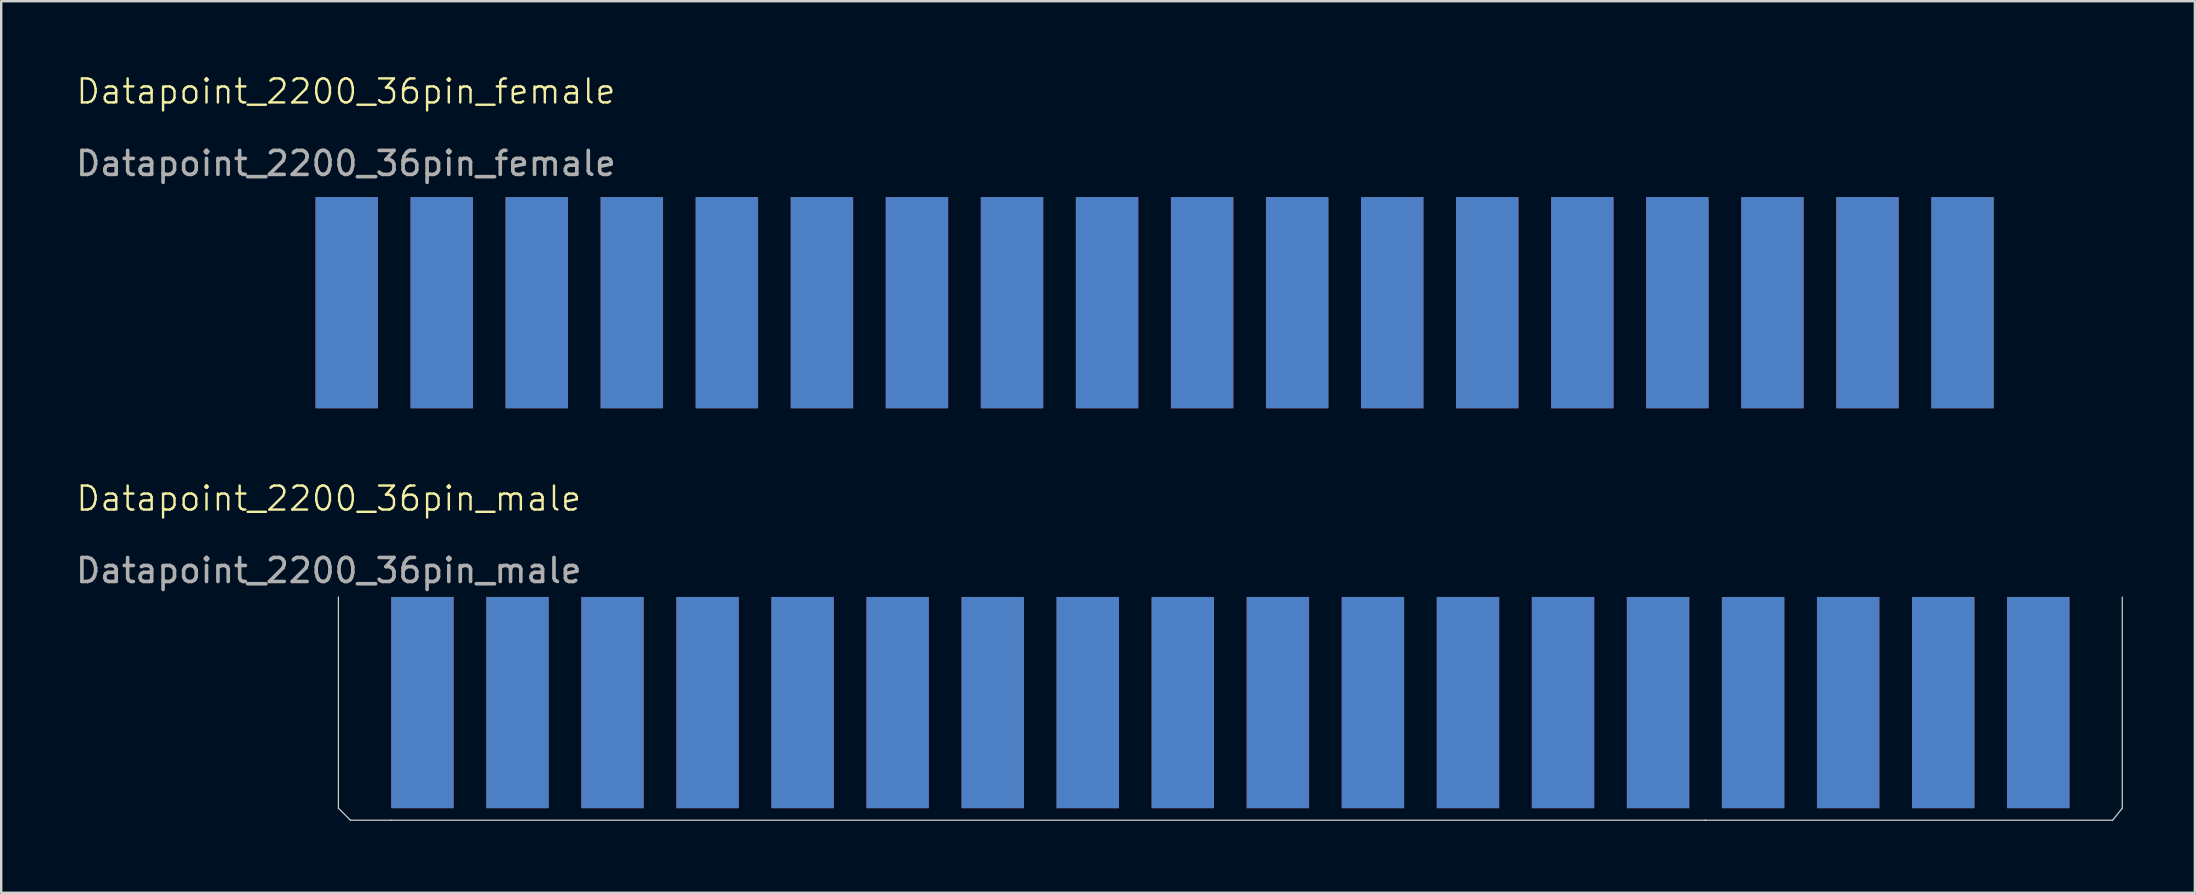
<source format=kicad_pcb>
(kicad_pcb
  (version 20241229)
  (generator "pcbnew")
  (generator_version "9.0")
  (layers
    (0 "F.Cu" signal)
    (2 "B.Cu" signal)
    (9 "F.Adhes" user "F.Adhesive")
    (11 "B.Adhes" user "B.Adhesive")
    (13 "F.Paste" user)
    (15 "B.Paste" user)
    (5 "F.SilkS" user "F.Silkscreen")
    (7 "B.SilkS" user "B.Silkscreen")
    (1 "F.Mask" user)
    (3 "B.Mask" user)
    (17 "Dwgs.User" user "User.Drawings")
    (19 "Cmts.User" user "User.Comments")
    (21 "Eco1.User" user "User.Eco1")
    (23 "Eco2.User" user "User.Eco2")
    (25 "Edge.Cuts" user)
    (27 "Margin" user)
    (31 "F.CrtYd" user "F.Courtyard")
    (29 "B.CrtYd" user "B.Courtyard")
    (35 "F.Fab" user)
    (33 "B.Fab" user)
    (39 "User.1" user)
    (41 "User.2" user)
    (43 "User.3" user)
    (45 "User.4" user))
  (footprint "Datapoint_2200_36pin_male"
    (layer "F.Cu")
    (at 10.649 18.221)
    (property "Reference" "Datapoint_2200_36pin_male" (at 0 -0.5 0) (unlocked yes) (layer "F.SilkS") (effects (font (size 1 1) (thickness 0.1))))
    (attr through_hole)
    (fp_line (start 0.4 12.4) (end 0.4 3.6) (stroke (width 0.05) (type default)) (layer "Edge.Cuts"))
    (fp_line (start 0.9 12.9) (end 0.4 12.4) (stroke (width 0.05) (type default)) (layer "Edge.Cuts"))
    (fp_line (start 2.6 12.9) (end 0.9 12.9) (stroke (width 0.05) (type default)) (layer "Edge.Cuts"))
    (fp_line (start 57.35 12.9) (end 2.6 12.9) (stroke (width 0.05) (type default)) (layer "Edge.Cuts"))
    (fp_line (start 57.37 12.9) (end 57.35 12.9) (stroke (width 0.05) (type default)) (layer "Edge.Cuts"))
    (fp_line (start 57.37 12.9) (end 74.32 12.9) (stroke (width 0.05) (type default)) (layer "Edge.Cuts"))
    (fp_line (start 74.72 12.4) (end 74.32 12.9) (stroke (width 0.05) (type default)) (layer "Edge.Cuts"))
    (fp_line (start 74.72 12.4) (end 74.72 3.6) (stroke (width 0.05) (type default)) (layer "Edge.Cuts"))
    (fp_text user "${REFERENCE}" (at 0 2.5 0) (unlocked yes) (layer "F.Fab") (effects (font (size 1 1) (thickness 0.15))))
    (pad "1" smd rect (at 3.9 8) (size 2.6 8.8) (layers "F.Cu" "F.Mask"))
    (pad "2" smd rect (at 7.86 8) (size 2.6 8.8) (layers "F.Cu" "F.Mask"))
    (pad "3" smd rect (at 11.82 8) (size 2.6 8.8) (layers "F.Cu" "F.Mask"))
    (pad "4" smd rect (at 15.78 8) (size 2.6 8.8) (layers "F.Cu" "F.Mask"))
    (pad "5" smd rect (at 19.74 8) (size 2.6 8.8) (layers "F.Cu" "F.Mask"))
    (pad "6" smd rect (at 23.7 8) (size 2.6 8.8) (layers "F.Cu" "F.Mask"))
    (pad "7" smd rect (at 27.66 8) (size 2.6 8.8) (layers "F.Cu" "F.Mask"))
    (pad "8" smd rect (at 31.62 8) (size 2.6 8.8) (layers "F.Cu" "F.Mask"))
    (pad "9" smd rect (at 35.58 8) (size 2.6 8.8) (layers "F.Cu" "F.Mask"))
    (pad "10" smd rect (at 39.54 8) (size 2.6 8.8) (layers "F.Cu" "F.Mask"))
    (pad "11" smd rect (at 43.5 8) (size 2.6 8.8) (layers "F.Cu" "F.Mask"))
    (pad "12" smd rect (at 47.46 8) (size 2.6 8.8) (layers "F.Cu" "F.Mask"))
    (pad "13" smd rect (at 51.42 8) (size 2.6 8.8) (layers "F.Cu" "F.Mask"))
    (pad "14" smd rect (at 55.38 8) (size 2.6 8.8) (layers "F.Cu" "F.Mask"))
    (pad "15" smd rect (at 59.34 8) (size 2.6 8.8) (layers "F.Cu" "F.Mask"))
    (pad "16" smd rect (at 63.3 8) (size 2.6 8.8) (layers "F.Cu" "F.Mask"))
    (pad "17" smd rect (at 67.26 8) (size 2.6 8.8) (layers "F.Cu" "F.Mask"))
    (pad "18" smd rect (at 71.22 8) (size 2.6 8.8) (layers "F.Cu" "F.Mask"))
    (pad "A" smd rect (at 3.9 8) (size 2.6 8.8) (layers "B.Cu" "B.Mask"))
    (pad "B" smd rect (at 7.86 8) (size 2.6 8.8) (layers "B.Cu" "B.Mask"))
    (pad "C" smd rect (at 11.82 8) (size 2.6 8.8) (layers "B.Cu" "B.Mask"))
    (pad "D" smd rect (at 15.78 8) (size 2.6 8.8) (layers "B.Cu" "B.Mask"))
    (pad "E" smd rect (at 19.74 8) (size 2.6 8.8) (layers "B.Cu" "B.Mask"))
    (pad "F" smd rect (at 23.7 8) (size 2.6 8.8) (layers "B.Cu" "B.Mask"))
    (pad "H" smd rect (at 27.66 8) (size 2.6 8.8) (layers "B.Cu" "B.Mask"))
    (pad "J" smd rect (at 31.62 8) (size 2.6 8.8) (layers "B.Cu" "B.Mask"))
    (pad "K" smd rect (at 35.58 8) (size 2.6 8.8) (layers "B.Cu" "B.Mask"))
    (pad "L" smd rect (at 39.54 8) (size 2.6 8.8) (layers "B.Cu" "B.Mask"))
    (pad "M" smd rect (at 43.5 8) (size 2.6 8.8) (layers "B.Cu" "B.Mask"))
    (pad "N" smd rect (at 47.46 8) (size 2.6 8.8) (layers "B.Cu" "B.Mask"))
    (pad "P" smd rect (at 51.42 8) (size 2.6 8.8) (layers "B.Cu" "B.Mask"))
    (pad "R" smd rect (at 55.38 8) (size 2.6 8.8) (layers "B.Cu" "B.Mask"))
    (pad "S" smd rect (at 59.34 8) (size 2.6 8.8) (layers "B.Cu" "B.Mask"))
    (pad "T" smd rect (at 63.3 8) (size 2.6 8.8) (layers "B.Cu" "B.Mask"))
    (pad "U" smd rect (at 67.26 8) (size 2.6 8.8) (layers "B.Cu" "B.Mask"))
    (pad "V" smd rect (at 71.22 8) (size 2.6 8.8) (layers "B.Cu" "B.Mask")))
  (footprint "Datapoint_2200_36pin_female"
    (layer "F.Cu")
    (at 11.363 1.26)
    (property "Reference" "Datapoint_2200_36pin_female" (at 0 -0.5 0) (unlocked yes) (layer "F.SilkS") (effects (font (size 1 1) (thickness 0.1))))
    (attr through_hole)
    (fp_text user "${REFERENCE}" (at 0 2.5 0) (unlocked yes) (layer "F.Fab") (effects (font (size 1 1) (thickness 0.15))))
    (pad "1" smd rect (at 0.03 8.3) (size 2.6 8.8) (layers "F.Cu" "F.Mask"))
    (pad "2" smd rect (at 3.99 8.3) (size 2.6 8.8) (layers "F.Cu" "F.Mask"))
    (pad "3" smd rect (at 7.95 8.3) (size 2.6 8.8) (layers "F.Cu" "F.Mask"))
    (pad "4" smd rect (at 11.91 8.3) (size 2.6 8.8) (layers "F.Cu" "F.Mask"))
    (pad "5" smd rect (at 15.87 8.3) (size 2.6 8.8) (layers "F.Cu" "F.Mask"))
    (pad "6" smd rect (at 19.83 8.3) (size 2.6 8.8) (layers "F.Cu" "F.Mask"))
    (pad "7" smd rect (at 23.79 8.3) (size 2.6 8.8) (layers "F.Cu" "F.Mask"))
    (pad "8" smd rect (at 27.75 8.3) (size 2.6 8.8) (layers "F.Cu" "F.Mask"))
    (pad "9" smd rect (at 31.71 8.3) (size 2.6 8.8) (layers "F.Cu" "F.Mask"))
    (pad "10" smd rect (at 35.67 8.3) (size 2.6 8.8) (layers "F.Cu" "F.Mask"))
    (pad "11" smd rect (at 39.63 8.3) (size 2.6 8.8) (layers "F.Cu" "F.Mask"))
    (pad "12" smd rect (at 43.59 8.3) (size 2.6 8.8) (layers "F.Cu" "F.Mask"))
    (pad "13" smd rect (at 47.55 8.3) (size 2.6 8.8) (layers "F.Cu" "F.Mask"))
    (pad "14" smd rect (at 51.51 8.3) (size 2.6 8.8) (layers "F.Cu" "F.Mask"))
    (pad "15" smd rect (at 55.47 8.3) (size 2.6 8.8) (layers "F.Cu" "F.Mask"))
    (pad "16" smd rect (at 59.43 8.3) (size 2.6 8.8) (layers "F.Cu" "F.Mask"))
    (pad "17" smd rect (at 63.39 8.3) (size 2.6 8.8) (layers "F.Cu" "F.Mask"))
    (pad "18" smd rect (at 67.35 8.3) (size 2.6 8.8) (layers "F.Cu" "F.Mask"))
    (pad "A" smd rect (at 0.03 8.3) (size 2.6 8.8) (layers "B.Cu" "B.Mask"))
    (pad "B" smd rect (at 3.99 8.3) (size 2.6 8.8) (layers "B.Cu" "B.Mask"))
    (pad "C" smd rect (at 7.95 8.3) (size 2.6 8.8) (layers "B.Cu" "B.Mask"))
    (pad "D" smd rect (at 11.91 8.3) (size 2.6 8.8) (layers "B.Cu" "B.Mask"))
    (pad "E" smd rect (at 15.87 8.3) (size 2.6 8.8) (layers "B.Cu" "B.Mask"))
    (pad "F" smd rect (at 19.83 8.3) (size 2.6 8.8) (layers "B.Cu" "B.Mask"))
    (pad "H" smd rect (at 23.79 8.3) (size 2.6 8.8) (layers "B.Cu" "B.Mask"))
    (pad "J" smd rect (at 27.75 8.3) (size 2.6 8.8) (layers "B.Cu" "B.Mask"))
    (pad "K" smd rect (at 31.71 8.3) (size 2.6 8.8) (layers "B.Cu" "B.Mask"))
    (pad "L" smd rect (at 35.67 8.3) (size 2.6 8.8) (layers "B.Cu" "B.Mask"))
    (pad "M" smd rect (at 39.63 8.3) (size 2.6 8.8) (layers "B.Cu" "B.Mask"))
    (pad "N" smd rect (at 43.59 8.3) (size 2.6 8.8) (layers "B.Cu" "B.Mask"))
    (pad "P" smd rect (at 47.55 8.3) (size 2.6 8.8) (layers "B.Cu" "B.Mask"))
    (pad "R" smd rect (at 51.51 8.3) (size 2.6 8.8) (layers "B.Cu" "B.Mask"))
    (pad "S" smd rect (at 55.47 8.3) (size 2.6 8.8) (layers "B.Cu" "B.Mask"))
    (pad "T" smd rect (at 59.43 8.3) (size 2.6 8.8) (layers "B.Cu" "B.Mask"))
    (pad "U" smd rect (at 63.39 8.3) (size 2.6 8.8) (layers "B.Cu" "B.Mask"))
    (pad "V" smd rect (at 67.35 8.3) (size 2.6 8.8) (layers "B.Cu" "B.Mask")))
  (gr_rect
    (start -3 -3)
    (end 88.394 34.146)
    (stroke (width 0.1) (type default))
    (fill no)
    (layer "Edge.Cuts")))
</source>
